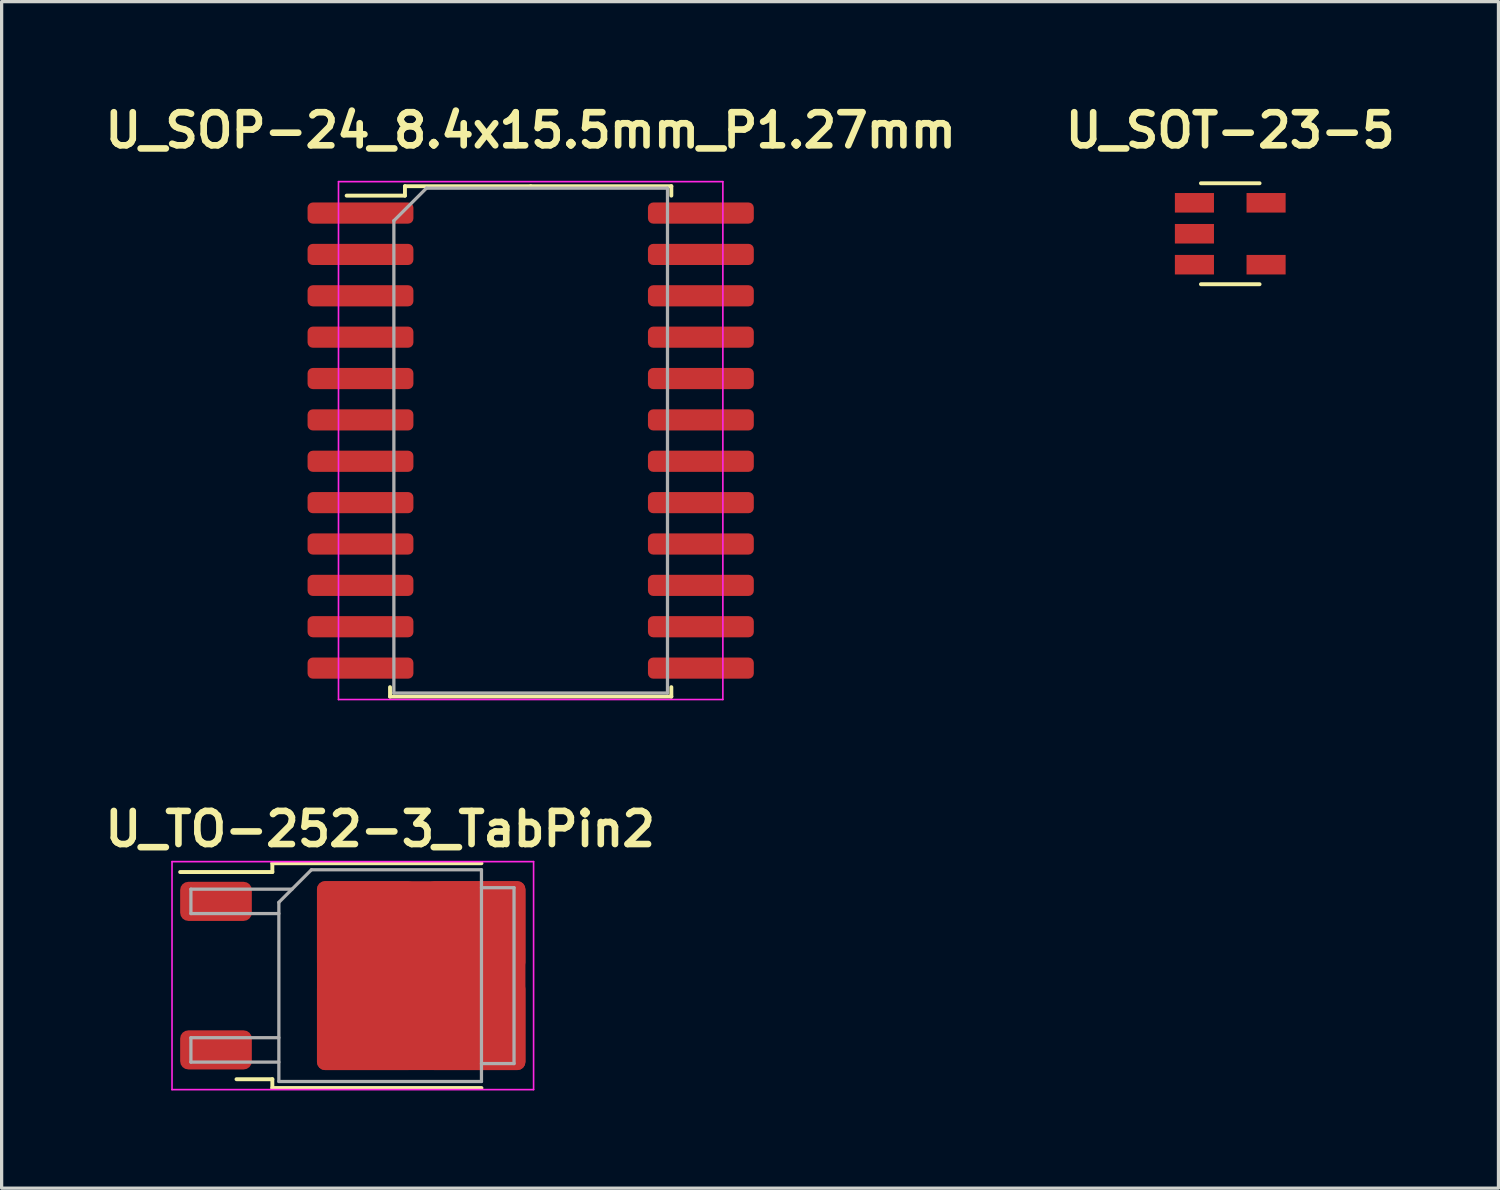
<source format=kicad_pcb>
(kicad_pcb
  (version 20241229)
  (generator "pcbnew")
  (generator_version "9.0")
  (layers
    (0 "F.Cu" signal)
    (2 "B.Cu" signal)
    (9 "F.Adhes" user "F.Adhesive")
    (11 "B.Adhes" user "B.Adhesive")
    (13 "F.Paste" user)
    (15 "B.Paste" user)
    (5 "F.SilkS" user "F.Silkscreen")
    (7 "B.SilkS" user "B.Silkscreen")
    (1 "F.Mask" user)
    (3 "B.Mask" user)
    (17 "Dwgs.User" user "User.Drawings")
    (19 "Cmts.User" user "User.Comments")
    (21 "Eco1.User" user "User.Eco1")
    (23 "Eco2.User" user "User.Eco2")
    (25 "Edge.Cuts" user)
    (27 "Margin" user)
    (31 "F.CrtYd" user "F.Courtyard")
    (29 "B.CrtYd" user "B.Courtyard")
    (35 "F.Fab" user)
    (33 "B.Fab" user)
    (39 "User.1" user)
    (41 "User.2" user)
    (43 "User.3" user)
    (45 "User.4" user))
  (footprint "U_SOT-23-5"
    (layer "F.Cu")
    (at 34.719 4.126)
    (property "Reference" "U_SOT-23-5" (at 0 -3.175 0) (layer "F.SilkS") (effects (font (size 1.016 1.016) (thickness 0.203))))
    (property "Value" "${VALUE}" (at 0 3.175 0) (layer "F.SilkS") (hide yes) (effects (font (size 1.016 0.914) (thickness 0.203) (italic yes))))
    (attr smd)
    (fp_line (start -0.9 -1.55) (end 0.9 -1.55) (stroke (width 0.12) (type solid)) (layer "F.SilkS"))
    (fp_line (start -0.9 1.55) (end 0.9 1.55) (stroke (width 0.12) (type solid)) (layer "F.SilkS"))
    (pad "1" smd rect (at -1.1 -0.95) (size 1.2 0.6) (layers "F.Cu" "F.Mask" "F.Paste"))
    (pad "2" smd rect (at -1.1 0) (size 1.2 0.6) (layers "F.Cu" "F.Mask" "F.Paste"))
    (pad "3" smd rect (at -1.1 0.95) (size 1.2 0.6) (layers "F.Cu" "F.Mask" "F.Paste"))
    (pad "4" smd rect (at 1.1 0.95) (size 1.2 0.6) (layers "F.Cu" "F.Mask" "F.Paste"))
    (pad "5" smd rect (at 1.1 -0.95) (size 1.2 0.6) (layers "F.Cu" "F.Mask" "F.Paste")))
  (footprint "U_SOP-24_8.4x15.5mm_P1.27mm"
    (layer "F.Cu")
    (at 13.242 10.476)
    (property "Reference" "U_SOP-24_8.4x15.5mm_P1.27mm" (at 0 -9.525 0) (layer "F.SilkS") (effects (font (size 1.016 1.016) (thickness 0.203))))
    (attr smd)
    (fp_line (start -4.318 7.86) (end -4.318 7.57) (stroke (width 0.12) (type solid)) (layer "F.SilkS"))
    (fp_line (start -3.86 -7.81) (end -3.86 -7.52) (stroke (width 0.12) (type solid)) (layer "F.SilkS"))
    (fp_line (start -3.86 -7.52) (end -5.65 -7.52) (stroke (width 0.12) (type solid)) (layer "F.SilkS"))
    (fp_line (start 0 -7.81) (end -3.86 -7.81) (stroke (width 0.12) (type solid)) (layer "F.SilkS"))
    (fp_line (start 0 -7.81) (end 4.318 -7.81) (stroke (width 0.12) (type solid)) (layer "F.SilkS"))
    (fp_line (start 4.318 -7.81) (end 4.318 -7.52) (stroke (width 0.12) (type solid)) (layer "F.SilkS"))
    (fp_line (start 4.318 7.86) (end -4.318 7.86) (stroke (width 0.12) (type solid)) (layer "F.SilkS"))
    (fp_line (start 4.318 7.86) (end 4.318 7.57) (stroke (width 0.12) (type solid)) (layer "F.SilkS"))
    (fp_line (start -5.9 -7.95) (end -5.9 7.95) (stroke (width 0.05) (type solid)) (layer "F.CrtYd"))
    (fp_line (start -5.9 7.95) (end 5.9 7.95) (stroke (width 0.05) (type solid)) (layer "F.CrtYd"))
    (fp_line (start 5.9 -7.95) (end -5.9 -7.95) (stroke (width 0.05) (type solid)) (layer "F.CrtYd"))
    (fp_line (start 5.9 7.95) (end 5.9 -7.95) (stroke (width 0.05) (type solid)) (layer "F.CrtYd"))
    (fp_line (start -4.2 -6.75) (end -3.2 -7.75) (stroke (width 0.1) (type solid)) (layer "F.Fab"))
    (fp_line (start -4.2 7.75) (end -4.2 -6.75) (stroke (width 0.1) (type solid)) (layer "F.Fab"))
    (fp_line (start -3.2 -7.75) (end 4.2 -7.75) (stroke (width 0.1) (type solid)) (layer "F.Fab"))
    (fp_line (start 4.2 -7.75) (end 4.2 7.75) (stroke (width 0.1) (type solid)) (layer "F.Fab"))
    (fp_line (start 4.2 7.75) (end -4.2 7.75) (stroke (width 0.1) (type solid)) (layer "F.Fab"))
    (pad "1" smd roundrect (at -5.225 -6.985) (size 3.25 0.65) (layers "F.Cu" "F.Mask" "F.Paste") (roundrect_rratio 0.25))
    (pad "2" smd roundrect (at -5.225 -5.715) (size 3.25 0.65) (layers "F.Cu" "F.Mask" "F.Paste") (roundrect_rratio 0.25))
    (pad "3" smd roundrect (at -5.225 -4.445) (size 3.25 0.65) (layers "F.Cu" "F.Mask" "F.Paste") (roundrect_rratio 0.25))
    (pad "4" smd roundrect (at -5.225 -3.175) (size 3.25 0.65) (layers "F.Cu" "F.Mask" "F.Paste") (roundrect_rratio 0.25))
    (pad "5" smd roundrect (at -5.225 -1.905) (size 3.25 0.65) (layers "F.Cu" "F.Mask" "F.Paste") (roundrect_rratio 0.25))
    (pad "6" smd roundrect (at -5.225 -0.635) (size 3.25 0.65) (layers "F.Cu" "F.Mask" "F.Paste") (roundrect_rratio 0.25))
    (pad "7" smd roundrect (at -5.225 0.635) (size 3.25 0.65) (layers "F.Cu" "F.Mask" "F.Paste") (roundrect_rratio 0.25))
    (pad "8" smd roundrect (at -5.225 1.905) (size 3.25 0.65) (layers "F.Cu" "F.Mask" "F.Paste") (roundrect_rratio 0.25))
    (pad "9" smd roundrect (at -5.225 3.175) (size 3.25 0.65) (layers "F.Cu" "F.Mask" "F.Paste") (roundrect_rratio 0.25))
    (pad "10" smd roundrect (at -5.225 4.445) (size 3.25 0.65) (layers "F.Cu" "F.Mask" "F.Paste") (roundrect_rratio 0.25))
    (pad "11" smd roundrect (at -5.225 5.715) (size 3.25 0.65) (layers "F.Cu" "F.Mask" "F.Paste") (roundrect_rratio 0.25))
    (pad "12" smd roundrect (at -5.225 6.985) (size 3.25 0.65) (layers "F.Cu" "F.Mask" "F.Paste") (roundrect_rratio 0.25))
    (pad "13" smd roundrect (at 5.225 6.985) (size 3.25 0.65) (layers "F.Cu" "F.Mask" "F.Paste") (roundrect_rratio 0.25))
    (pad "14" smd roundrect (at 5.225 5.715) (size 3.25 0.65) (layers "F.Cu" "F.Mask" "F.Paste") (roundrect_rratio 0.25))
    (pad "15" smd roundrect (at 5.225 4.445) (size 3.25 0.65) (layers "F.Cu" "F.Mask" "F.Paste") (roundrect_rratio 0.25))
    (pad "16" smd roundrect (at 5.225 3.175) (size 3.25 0.65) (layers "F.Cu" "F.Mask" "F.Paste") (roundrect_rratio 0.25))
    (pad "17" smd roundrect (at 5.225 1.905) (size 3.25 0.65) (layers "F.Cu" "F.Mask" "F.Paste") (roundrect_rratio 0.25))
    (pad "18" smd roundrect (at 5.225 0.635) (size 3.25 0.65) (layers "F.Cu" "F.Mask" "F.Paste") (roundrect_rratio 0.25))
    (pad "19" smd roundrect (at 5.225 -0.635) (size 3.25 0.65) (layers "F.Cu" "F.Mask" "F.Paste") (roundrect_rratio 0.25))
    (pad "20" smd roundrect (at 5.225 -1.905) (size 3.25 0.65) (layers "F.Cu" "F.Mask" "F.Paste") (roundrect_rratio 0.25))
    (pad "21" smd roundrect (at 5.225 -3.175) (size 3.25 0.65) (layers "F.Cu" "F.Mask" "F.Paste") (roundrect_rratio 0.25))
    (pad "22" smd roundrect (at 5.225 -4.445) (size 3.25 0.65) (layers "F.Cu" "F.Mask" "F.Paste") (roundrect_rratio 0.25))
    (pad "23" smd roundrect (at 5.225 -5.715) (size 3.25 0.65) (layers "F.Cu" "F.Mask" "F.Paste") (roundrect_rratio 0.25))
    (pad "24" smd roundrect (at 5.225 -6.985) (size 3.25 0.65) (layers "F.Cu" "F.Mask" "F.Paste") (roundrect_rratio 0.25)))
  (footprint "U_TO-252-3_TabPin2"
    (layer "F.Cu")
    (at 8.621 26.902)
    (property "Reference" "U_TO-252-3_TabPin2" (at 0 -4.5 0) (layer "F.SilkS") (effects (font (size 1.016 1.016) (thickness 0.203))))
    (attr smd)
    (fp_line (start -3.31 -3.45) (end -3.31 -3.18) (stroke (width 0.12) (type solid)) (layer "F.SilkS"))
    (fp_line (start -3.31 -3.18) (end -6.14 -3.18) (stroke (width 0.12) (type solid)) (layer "F.SilkS"))
    (fp_line (start -3.31 3.18) (end -4.41 3.18) (stroke (width 0.12) (type solid)) (layer "F.SilkS"))
    (fp_line (start -3.31 3.45) (end -3.31 3.18) (stroke (width 0.12) (type solid)) (layer "F.SilkS"))
    (fp_line (start 3.11 -3.45) (end -3.31 -3.45) (stroke (width 0.12) (type solid)) (layer "F.SilkS"))
    (fp_line (start 3.11 3.45) (end -3.31 3.45) (stroke (width 0.12) (type solid)) (layer "F.SilkS"))
    (fp_line (start -6.39 -3.5) (end -6.39 3.5) (stroke (width 0.05) (type solid)) (layer "F.CrtYd"))
    (fp_line (start -6.39 3.5) (end 4.71 3.5) (stroke (width 0.05) (type solid)) (layer "F.CrtYd"))
    (fp_line (start 4.71 -3.5) (end -6.39 -3.5) (stroke (width 0.05) (type solid)) (layer "F.CrtYd"))
    (fp_line (start 4.71 3.5) (end 4.71 -3.5) (stroke (width 0.05) (type solid)) (layer "F.CrtYd"))
    (fp_line (start -5.81 -2.655) (end -5.81 -1.905) (stroke (width 0.1) (type solid)) (layer "F.Fab"))
    (fp_line (start -5.81 -1.905) (end -3.11 -1.905) (stroke (width 0.1) (type solid)) (layer "F.Fab"))
    (fp_line (start -5.81 1.905) (end -5.81 2.655) (stroke (width 0.1) (type solid)) (layer "F.Fab"))
    (fp_line (start -5.81 2.655) (end -3.11 2.655) (stroke (width 0.1) (type solid)) (layer "F.Fab"))
    (fp_line (start -3.11 -2.25) (end -2.11 -3.25) (stroke (width 0.1) (type solid)) (layer "F.Fab"))
    (fp_line (start -3.11 1.905) (end -5.81 1.905) (stroke (width 0.1) (type solid)) (layer "F.Fab"))
    (fp_line (start -3.11 3.25) (end -3.11 -2.25) (stroke (width 0.1) (type solid)) (layer "F.Fab"))
    (fp_line (start -2.705 -2.655) (end -5.81 -2.655) (stroke (width 0.1) (type solid)) (layer "F.Fab"))
    (fp_line (start -2.11 -3.25) (end 3.11 -3.25) (stroke (width 0.1) (type solid)) (layer "F.Fab"))
    (fp_line (start 3.11 -3.25) (end 3.11 3.25) (stroke (width 0.1) (type solid)) (layer "F.Fab"))
    (fp_line (start 3.11 -2.7) (end 4.11 -2.7) (stroke (width 0.1) (type solid)) (layer "F.Fab"))
    (fp_line (start 3.11 3.25) (end -3.11 3.25) (stroke (width 0.1) (type solid)) (layer "F.Fab"))
    (fp_line (start 4.11 -2.7) (end 4.11 2.7) (stroke (width 0.1) (type solid)) (layer "F.Fab"))
    (fp_line (start 4.11 2.7) (end 3.11 2.7) (stroke (width 0.1) (type solid)) (layer "F.Fab"))
    (pad "1" smd roundrect (at -5.04 -2.28) (size 2.2 1.2) (layers "F.Cu" "F.Mask" "F.Paste") (roundrect_rratio 0.208))
    (pad "2" smd roundrect (at -0.415 -1.525) (size 3.05 2.75) (layers "F.Cu" "F.Paste") (roundrect_rratio 0.091))
    (pad "2" smd roundrect (at -0.415 1.525) (size 3.05 2.75) (layers "F.Cu" "F.Paste") (roundrect_rratio 0.091))
    (pad "2" smd roundrect (at 1.26 0) (size 6.4 5.8) (layers "F.Cu" "F.Mask") (roundrect_rratio 0.043))
    (pad "2" smd roundrect (at 2.935 -1.525) (size 3.05 2.75) (layers "F.Cu" "F.Paste") (roundrect_rratio 0.091))
    (pad "2" smd roundrect (at 2.935 1.525) (size 3.05 2.75) (layers "F.Cu" "F.Paste") (roundrect_rratio 0.091))
    (pad "3" smd roundrect (at -5.04 2.28) (size 2.2 1.2) (layers "F.Cu" "F.Mask" "F.Paste") (roundrect_rratio 0.208)))
  (gr_rect
    (start -3 -3)
    (end 42.953 33.427)
    (stroke (width 0.1) (type default))
    (fill no)
    (layer "Edge.Cuts")))
</source>
